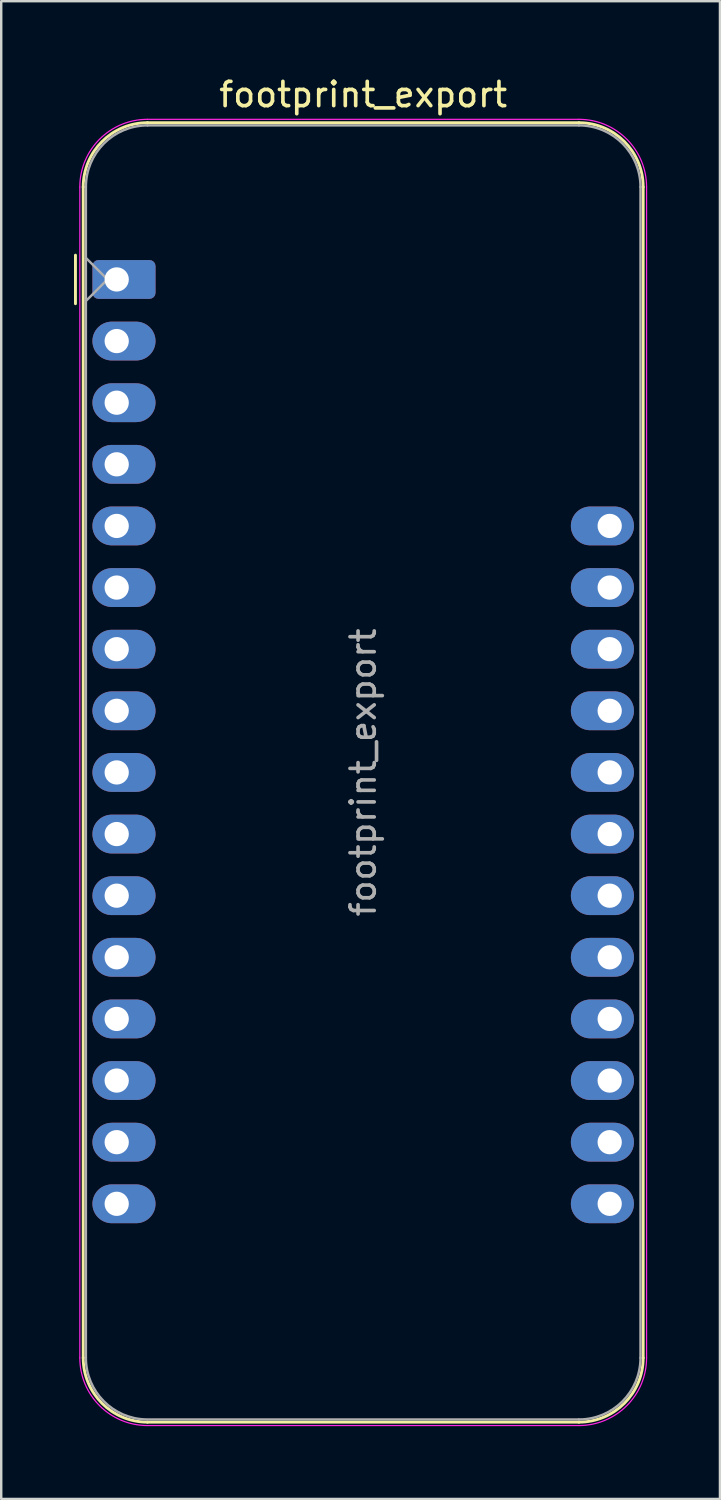
<source format=kicad_pcb>
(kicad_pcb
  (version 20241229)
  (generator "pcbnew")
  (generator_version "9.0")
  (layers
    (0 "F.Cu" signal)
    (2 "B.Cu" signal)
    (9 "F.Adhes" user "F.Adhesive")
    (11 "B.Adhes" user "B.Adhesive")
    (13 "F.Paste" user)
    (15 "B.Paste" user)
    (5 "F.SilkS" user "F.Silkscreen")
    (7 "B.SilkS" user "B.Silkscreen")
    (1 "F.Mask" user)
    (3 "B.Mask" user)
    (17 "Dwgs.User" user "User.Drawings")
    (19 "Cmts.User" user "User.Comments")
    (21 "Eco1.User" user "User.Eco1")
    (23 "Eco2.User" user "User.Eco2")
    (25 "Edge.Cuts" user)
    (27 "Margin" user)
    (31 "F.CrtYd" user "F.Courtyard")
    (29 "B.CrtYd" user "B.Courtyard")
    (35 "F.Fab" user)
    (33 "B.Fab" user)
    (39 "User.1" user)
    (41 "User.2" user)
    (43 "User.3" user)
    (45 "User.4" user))
  (footprint "footprint_export"
    (layer "F.Cu")
    (at 1.76 8.468)
    (property "Reference" "footprint_export" (at 10.16 -7.62 0) (layer "F.SilkS") (effects (font (size 1 1) (thickness 0.15))))
    (attr through_hole)
    (fp_line (start -1.7 1) (end -1.7 -1) (stroke (width 0.12) (type solid)) (layer "F.SilkS"))
    (fp_line (start -1.38 -3.81) (end -1.38 44.45) (stroke (width 0.12) (type solid)) (layer "F.SilkS"))
    (fp_line (start 19.05 -6.46) (end 1.27 -6.46) (stroke (width 0.12) (type solid)) (layer "F.SilkS"))
    (fp_line (start 19.05 47.1) (end 1.27 47.1) (stroke (width 0.12) (type solid)) (layer "F.SilkS"))
    (fp_line (start 21.7 -3.81) (end 21.7 44.45) (stroke (width 0.12) (type solid)) (layer "F.SilkS"))
    (fp_arc (start -1.38 -3.81) (mid -0.603833 -5.683833) (end 1.27 -6.46) (stroke (width 0.12) (type solid)) (layer "F.SilkS"))
    (fp_arc (start 1.27 47.1) (mid -0.603833 46.323833) (end -1.38 44.45) (stroke (width 0.12) (type solid)) (layer "F.SilkS"))
    (fp_arc (start 19.05 -6.46) (mid 20.923833 -5.683833) (end 21.7 -3.81) (stroke (width 0.12) (type solid)) (layer "F.SilkS"))
    (fp_arc (start 21.7 44.45) (mid 20.923833 46.323833) (end 19.05 47.1) (stroke (width 0.12) (type solid)) (layer "F.SilkS"))
    (fp_line (start -1.52 44.45) (end -1.52 -3.81) (stroke (width 0.05) (type solid)) (layer "F.CrtYd"))
    (fp_line (start 19.05 -6.6) (end 1.27 -6.6) (stroke (width 0.05) (type solid)) (layer "F.CrtYd"))
    (fp_line (start 19.05 47.24) (end 1.27 47.24) (stroke (width 0.05) (type solid)) (layer "F.CrtYd"))
    (fp_line (start 21.84 44.45) (end 21.84 -3.81) (stroke (width 0.05) (type solid)) (layer "F.CrtYd"))
    (fp_arc (start -1.52 -3.81) (mid -0.702828 -5.782828) (end 1.27 -6.6) (stroke (width 0.05) (type solid)) (layer "F.CrtYd"))
    (fp_arc (start 1.27 47.24) (mid -0.702828 46.422828) (end -1.52 44.45) (stroke (width 0.05) (type solid)) (layer "F.CrtYd"))
    (fp_arc (start 19.05 -6.6) (mid 21.022828 -5.782828) (end 21.84 -3.81) (stroke (width 0.05) (type solid)) (layer "F.CrtYd"))
    (fp_arc (start 21.84 44.45) (mid 21.022828 46.422828) (end 19.05 47.24) (stroke (width 0.05) (type solid)) (layer "F.CrtYd"))
    (fp_line (start -1.27 -3.81) (end -1.27 44.45) (stroke (width 0.1) (type solid)) (layer "F.Fab"))
    (fp_line (start -1.27 -0.889) (end -0.381 0) (stroke (width 0.1) (type solid)) (layer "F.Fab"))
    (fp_line (start -0.381 0) (end -1.27 0.889) (stroke (width 0.1) (type solid)) (layer "F.Fab"))
    (fp_line (start 1.27 46.99) (end 19.05 46.99) (stroke (width 0.1) (type solid)) (layer "F.Fab"))
    (fp_line (start 19.05 -6.35) (end 1.27 -6.35) (stroke (width 0.1) (type solid)) (layer "F.Fab"))
    (fp_line (start 21.59 44.45) (end 21.59 -3.81) (stroke (width 0.1) (type solid)) (layer "F.Fab"))
    (fp_arc (start -1.27 -3.81) (mid -0.526051 -5.606051) (end 1.27 -6.35) (stroke (width 0.1) (type solid)) (layer "F.Fab"))
    (fp_arc (start 1.221238 46.989532) (mid -0.543209 46.228728) (end -1.27 44.45) (stroke (width 0.1) (type solid)) (layer "F.Fab"))
    (fp_arc (start 19.05 -6.35) (mid 20.846051 -5.606051) (end 21.59 -3.81) (stroke (width 0.1) (type solid)) (layer "F.Fab"))
    (fp_arc (start 21.59 44.45) (mid 20.846051 46.246051) (end 19.05 46.99) (stroke (width 0.1) (type solid)) (layer "F.Fab"))
    (fp_text user "${REFERENCE}" (at 10.16 20.32 270) (layer "F.Fab") (effects (font (size 1 1) (thickness 0.15))))
    (pad "1" thru_hole roundrect (at 0 0) (size 2.6 1.6) (drill 1 (offset 0.3 0)) (layers "*.Cu" "*.Mask") (roundrect_rratio 0.156))
    (pad "2" thru_hole oval (at 0 2.54) (size 2.6 1.6) (drill 1 (offset 0.3 0)) (layers "*.Cu" "*.Mask"))
    (pad "3" thru_hole oval (at 0 5.08) (size 2.6 1.6) (drill 1 (offset 0.3 0)) (layers "*.Cu" "*.Mask"))
    (pad "4" thru_hole oval (at 0 7.62) (size 2.6 1.6) (drill 1 (offset 0.3 0)) (layers "*.Cu" "*.Mask"))
    (pad "5" thru_hole oval (at 0 10.16) (size 2.6 1.6) (drill 1 (offset 0.3 0)) (layers "*.Cu" "*.Mask"))
    (pad "6" thru_hole oval (at 0 12.7) (size 2.6 1.6) (drill 1 (offset 0.3 0)) (layers "*.Cu" "*.Mask"))
    (pad "7" thru_hole oval (at 0 15.24) (size 2.6 1.6) (drill 1 (offset 0.3 0)) (layers "*.Cu" "*.Mask"))
    (pad "8" thru_hole oval (at 0 17.78) (size 2.6 1.6) (drill 1 (offset 0.3 0)) (layers "*.Cu" "*.Mask"))
    (pad "9" thru_hole oval (at 0 20.32) (size 2.6 1.6) (drill 1 (offset 0.3 0)) (layers "*.Cu" "*.Mask"))
    (pad "10" thru_hole oval (at 0 22.86) (size 2.6 1.6) (drill 1 (offset 0.3 0)) (layers "*.Cu" "*.Mask"))
    (pad "11" thru_hole oval (at 0 25.4) (size 2.6 1.6) (drill 1 (offset 0.3 0)) (layers "*.Cu" "*.Mask"))
    (pad "12" thru_hole oval (at 0 27.94) (size 2.6 1.6) (drill 1 (offset 0.3 0)) (layers "*.Cu" "*.Mask"))
    (pad "13" thru_hole oval (at 0 30.48) (size 2.6 1.6) (drill 1 (offset 0.3 0)) (layers "*.Cu" "*.Mask"))
    (pad "14" thru_hole oval (at 0 33.02) (size 2.6 1.6) (drill 1 (offset 0.3 0)) (layers "*.Cu" "*.Mask"))
    (pad "15" thru_hole oval (at 0 35.56) (size 2.6 1.6) (drill 1 (offset 0.3 0)) (layers "*.Cu" "*.Mask"))
    (pad "16" thru_hole oval (at 0 38.1) (size 2.6 1.6) (drill 1 (offset 0.3 0)) (layers "*.Cu" "*.Mask"))
    (pad "17" thru_hole oval (at 20.32 38.1 180) (size 2.6 1.6) (drill 1 (offset 0.3 0)) (layers "*.Cu" "*.Mask"))
    (pad "18" thru_hole oval (at 20.32 35.56 180) (size 2.6 1.6) (drill 1 (offset 0.3 0)) (layers "*.Cu" "*.Mask"))
    (pad "19" thru_hole oval (at 20.32 33.02 180) (size 2.6 1.6) (drill 1 (offset 0.3 0)) (layers "*.Cu" "*.Mask"))
    (pad "20" thru_hole oval (at 20.32 30.48 180) (size 2.6 1.6) (drill 1 (offset 0.3 0)) (layers "*.Cu" "*.Mask"))
    (pad "21" thru_hole oval (at 20.32 27.94 180) (size 2.6 1.6) (drill 1 (offset 0.3 0)) (layers "*.Cu" "*.Mask"))
    (pad "22" thru_hole oval (at 20.32 25.4 180) (size 2.6 1.6) (drill 1 (offset 0.3 0)) (layers "*.Cu" "*.Mask"))
    (pad "23" thru_hole oval (at 20.32 22.86 180) (size 2.6 1.6) (drill 1 (offset 0.3 0)) (layers "*.Cu" "*.Mask"))
    (pad "24" thru_hole oval (at 20.32 20.32 180) (size 2.6 1.6) (drill 1 (offset 0.3 0)) (layers "*.Cu" "*.Mask"))
    (pad "25" thru_hole oval (at 20.32 17.78 180) (size 2.6 1.6) (drill 1 (offset 0.3 0)) (layers "*.Cu" "*.Mask"))
    (pad "26" thru_hole oval (at 20.32 15.24 180) (size 2.6 1.6) (drill 1 (offset 0.3 0)) (layers "*.Cu" "*.Mask"))
    (pad "27" thru_hole oval (at 20.32 12.7 180) (size 2.6 1.6) (drill 1 (offset 0.3 0)) (layers "*.Cu" "*.Mask"))
    (pad "28" thru_hole oval (at 20.32 10.16 180) (size 2.6 1.6) (drill 1 (offset 0.3 0)) (layers "*.Cu" "*.Mask")))
  (gr_rect
    (start -3 -3)
    (end 26.625 58.733)
    (stroke (width 0.1) (type default))
    (fill no)
    (layer "Edge.Cuts")))
</source>
